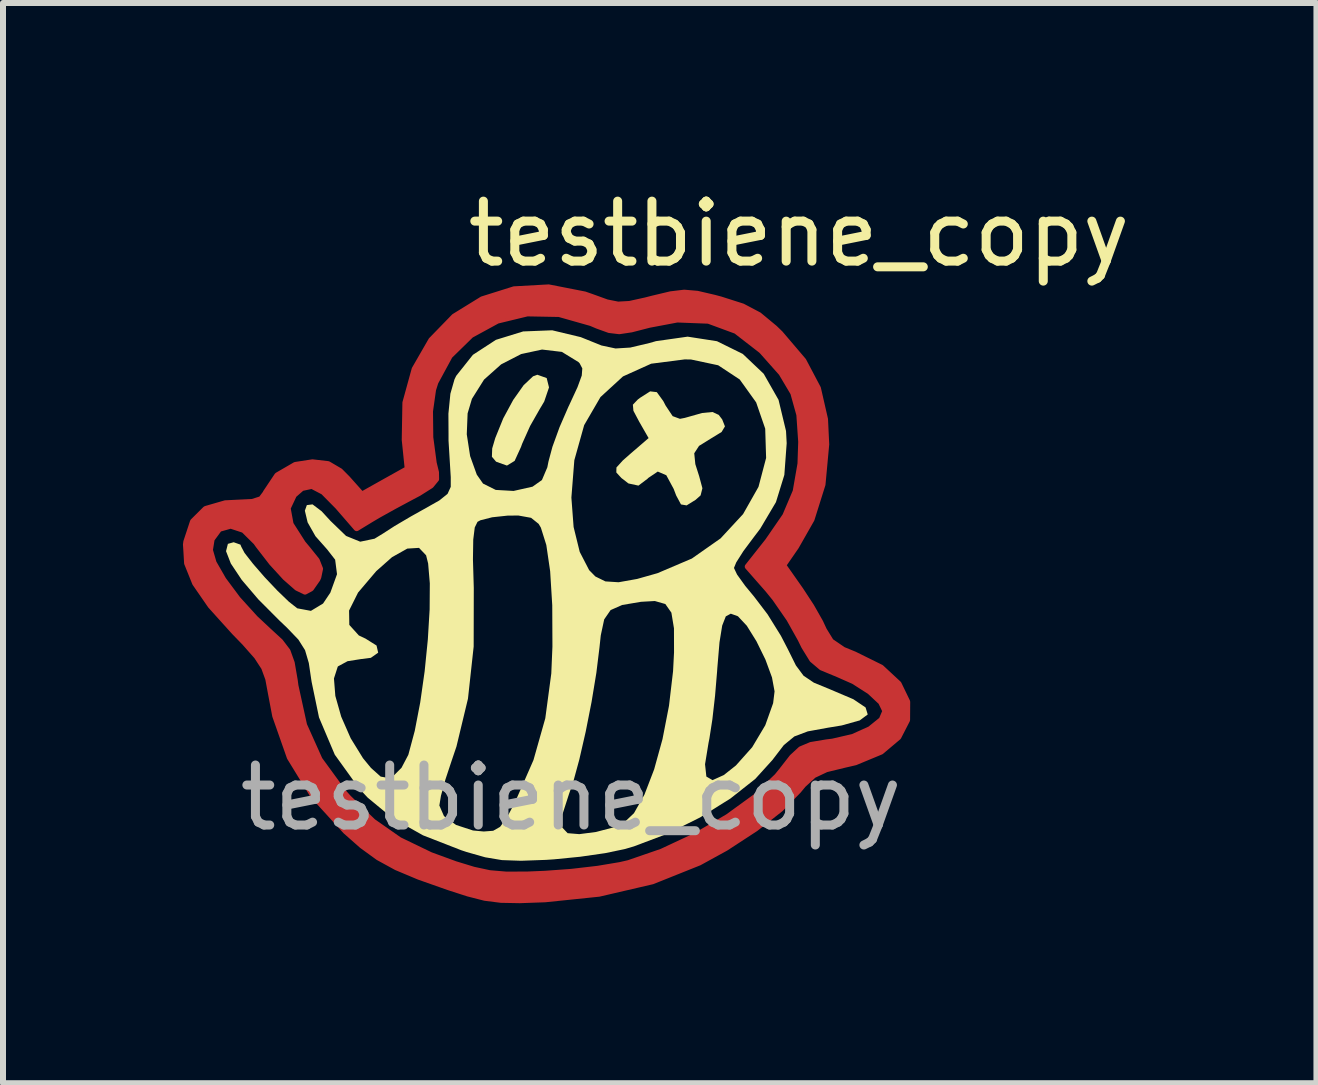
<source format=kicad_pcb>
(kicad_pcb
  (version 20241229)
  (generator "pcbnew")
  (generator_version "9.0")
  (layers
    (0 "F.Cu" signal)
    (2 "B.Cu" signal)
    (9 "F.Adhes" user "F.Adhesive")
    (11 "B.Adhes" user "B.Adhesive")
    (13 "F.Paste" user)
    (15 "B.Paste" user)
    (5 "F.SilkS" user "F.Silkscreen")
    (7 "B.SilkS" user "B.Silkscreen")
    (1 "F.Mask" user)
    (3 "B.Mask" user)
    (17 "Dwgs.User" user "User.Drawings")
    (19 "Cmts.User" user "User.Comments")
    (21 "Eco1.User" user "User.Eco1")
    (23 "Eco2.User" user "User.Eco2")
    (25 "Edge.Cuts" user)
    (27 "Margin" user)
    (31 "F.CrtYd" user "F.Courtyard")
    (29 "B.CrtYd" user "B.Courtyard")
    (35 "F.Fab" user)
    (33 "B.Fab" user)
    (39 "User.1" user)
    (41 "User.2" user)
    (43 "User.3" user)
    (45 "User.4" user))
  (footprint "testbiene_copy"
    (layer "F.Cu")
    (at 6.47 7.748)
    (property "Reference" "testbiene_copy" (at 3.8 -6.9 0) (unlocked yes) (layer "F.SilkS") (effects (font (size 1 1) (thickness 0.15))))
    (attr smd)
    (fp_poly (pts (xy 0.227 -5.889) (xy 0.35 -5.846) (xy 0.596 -5.757) (xy 0.782 -5.72) (xy 0.975 -5.731) (xy 1.242 -5.79) (xy 1.355 -5.819) (xy 1.661 -5.892) (xy 1.886 -5.919) (xy 2.104 -5.9) (xy 2.387 -5.834) (xy 2.495 -5.805) (xy 2.858 -5.689) (xy 3.131 -5.545) (xy 3.393 -5.328) (xy 3.486 -5.238) (xy 3.872 -4.785) (xy 4.115 -4.325) (xy 4.233 -3.81) (xy 4.253 -3.391) (xy 4.191 -2.722) (xy 4.008 -2.14) (xy 3.749 -1.685) (xy 3.535 -1.375) (xy 3.823 -0.965) (xy 4.003 -0.69) (xy 4.153 -0.426) (xy 4.214 -0.295) (xy 4.331 -0.105) (xy 4.536 0.035) (xy 4.724 0.112) (xy 5.167 0.331) (xy 5.459 0.602) (xy 5.603 0.9) (xy 5.601 1.204) (xy 5.455 1.488) (xy 5.167 1.731) (xy 4.738 1.909) (xy 4.565 1.949) (xy 4.253 2.025) (xy 4.043 2.124) (xy 3.869 2.284) (xy 3.789 2.381) (xy 3.492 2.685) (xy 3.075 3.013) (xy 2.577 3.338) (xy 2.136 3.58) (xy 1.355 3.893) (xy 0.465 4.1) (xy -0.433 4.193) (xy -0.855 4.208) (xy -1.17 4.202) (xy -1.438 4.168) (xy -1.719 4.096) (xy -2.041 3.992) (xy -2.537 3.817) (xy -2.913 3.659) (xy -3.214 3.494) (xy -3.485 3.297) (xy -3.758 3.056) (xy -4.302 2.46) (xy -4.689 1.828) (xy -4.932 1.136) (xy -5.004 0.756) (xy -5.048 0.519) (xy -5.117 0.33) (xy -5.239 0.143) (xy -5.441 -0.086) (xy -5.613 -0.263) (xy -6.008 -0.701) (xy -6.267 -1.076) (xy -6.401 -1.409) (xy -6.414 -1.628) (xy -6.021 -1.628) (xy -5.96 -1.417) (xy -5.797 -1.133) (xy -5.558 -0.812) (xy -5.268 -0.492) (xy -5.049 -0.287) (xy -4.848 -0.102) (xy -4.727 0.057) (xy -4.657 0.252) (xy -4.607 0.542) (xy -4.595 0.632) (xy -4.451 1.289) (xy -4.193 1.864) (xy -3.796 2.408) (xy -3.711 2.503) (xy -3.303 2.898) (xy -2.864 3.205) (xy -2.342 3.457) (xy -1.932 3.607) (xy -1.624 3.701) (xy -1.359 3.758) (xy -1.077 3.782) (xy -0.721 3.78) (xy -0.433 3.768) (xy 0.006 3.736) (xy 0.445 3.685) (xy 0.816 3.623) (xy 0.96 3.59) (xy 1.511 3.4) (xy 2.077 3.135) (xy 2.614 2.82) (xy 3.081 2.481) (xy 3.435 2.143) (xy 3.505 2.057) (xy 3.686 1.825) (xy 3.83 1.692) (xy 3.999 1.621) (xy 4.256 1.578) (xy 4.36 1.565) (xy 4.698 1.487) (xy 4.984 1.358) (xy 5.178 1.201) (xy 5.24 1.055) (xy 5.167 0.904) (xy 4.977 0.727) (xy 4.711 0.557) (xy 4.412 0.425) (xy 4.4 0.421) (xy 4.176 0.328) (xy 4.021 0.197) (xy 3.886 -0.022) (xy 3.825 -0.146) (xy 3.638 -0.48) (xy 3.4 -0.824) (xy 3.279 -0.973) (xy 2.945 -1.353) (xy 3.281 -1.778) (xy 3.571 -2.199) (xy 3.744 -2.607) (xy 3.824 -3.067) (xy 3.836 -3.433) (xy 3.805 -3.885) (xy 3.704 -4.248) (xy 3.507 -4.58) (xy 3.189 -4.938) (xy 3.169 -4.958) (xy 2.751 -5.282) (xy 2.29 -5.452) (xy 1.769 -5.472) (xy 1.303 -5.384) (xy 1.004 -5.307) (xy 0.803 -5.277) (xy 0.636 -5.297) (xy 0.439 -5.368) (xy 0.333 -5.413) (xy -0.2 -5.564) (xy -0.73 -5.574) (xy -1.229 -5.453) (xy -1.669 -5.213) (xy -2.023 -4.867) (xy -2.262 -4.426) (xy -2.301 -4.302) (xy -2.352 -3.942) (xy -2.347 -3.506) (xy -2.29 -3.079) (xy -2.252 -2.924) (xy -2.25 -2.812) (xy -2.337 -2.706) (xy -2.541 -2.577) (xy -2.651 -2.519) (xy -2.942 -2.363) (xy -3.21 -2.214) (xy -3.337 -2.139) (xy -3.575 -1.994) (xy -3.888 -2.355) (xy -4.129 -2.599) (xy -4.32 -2.699) (xy -4.489 -2.663) (xy -4.621 -2.548) (xy -4.725 -2.327) (xy -4.676 -2.06) (xy -4.471 -1.739) (xy -4.399 -1.653) (xy -4.24 -1.455) (xy -4.185 -1.316) (xy -4.214 -1.177) (xy -4.229 -1.144) (xy -4.337 -0.989) (xy -4.436 -0.936) (xy -4.568 -1) (xy -4.764 -1.172) (xy -4.989 -1.418) (xy -5.212 -1.706) (xy -5.251 -1.761) (xy -5.456 -1.964) (xy -5.674 -2.036) (xy -5.866 -1.982) (xy -5.992 -1.81) (xy -6.021 -1.628) (xy -6.414 -1.628) (xy -6.42 -1.72) (xy -6.414 -1.767) (xy -6.303 -2.103) (xy -6.092 -2.313) (xy -5.764 -2.408) (xy -5.584 -2.417) (xy -5.314 -2.43) (xy -5.166 -2.477) (xy -5.092 -2.576) (xy -5.088 -2.587) (xy -4.897 -2.873) (xy -4.597 -3.047) (xy -4.312 -3.091) (xy -4.051 -3.061) (xy -3.852 -2.944) (xy -3.73 -2.821) (xy -3.489 -2.551) (xy -3.106 -2.766) (xy -2.723 -2.98) (xy -2.773 -3.466) (xy -2.762 -4.085) (xy -2.608 -4.644) (xy -2.33 -5.127) (xy -1.948 -5.52) (xy -1.481 -5.808) (xy -0.95 -5.975) (xy -0.374 -6.007)) (stroke (width 0.1) (type solid)) (fill no) (layer "F.Cu"))
    (fp_poly (pts (xy 0.096 -5.537) (xy 0.408 -5.44) (xy 0.665 -5.344) (xy 0.865 -5.326) (xy 1.1 -5.378) (xy 1.117 -5.383) (xy 1.661 -5.486) (xy 2.203 -5.474) (xy 2.701 -5.353) (xy 3.115 -5.13) (xy 3.241 -5.02) (xy 3.538 -4.67) (xy 3.722 -4.303) (xy 3.822 -3.856) (xy 3.84 -3.698) (xy 3.834 -3) (xy 3.688 -2.356) (xy 3.408 -1.795) (xy 3.396 -1.777) (xy 3.105 -1.354) (xy 3.403 -0.964) (xy 3.611 -0.657) (xy 3.804 -0.319) (xy 3.876 -0.167) (xy 4.007 0.092) (xy 4.157 0.249) (xy 4.389 0.364) (xy 4.446 0.386) (xy 4.814 0.534) (xy 5.047 0.665) (xy 5.172 0.804) (xy 5.22 0.977) (xy 5.223 1.061) (xy 5.198 1.266) (xy 5.102 1.403) (xy 4.904 1.494) (xy 4.574 1.562) (xy 4.503 1.572) (xy 4.168 1.633) (xy 3.943 1.717) (xy 3.769 1.861) (xy 3.588 2.096) (xy 3.581 2.107) (xy 3.292 2.426) (xy 2.877 2.754) (xy 2.374 3.067) (xy 1.823 3.342) (xy 1.264 3.554) (xy 1.112 3.599) (xy 0.819 3.658) (xy 0.411 3.741) (xy -0.054 3.755) (xy -0.45 3.777) (xy -0.913 3.792) (xy -1.256 3.79) (xy -1.524 3.768) (xy -1.765 3.721) (xy -2.027 3.644) (xy -2.118 3.614) (xy -2.754 3.366) (xy -3.261 3.082) (xy -3.676 2.738) (xy -3.82 2.584) (xy -4.225 2.021) (xy -4.488 1.401) (xy -4.611 0.809) (xy -4.658 0.494) (xy -4.721 0.279) (xy -4.832 0.103) (xy -5.023 -0.097) (xy -5.141 -0.208) (xy -5.525 -0.588) (xy -5.789 -0.901) (xy -5.949 -1.177) (xy -6.025 -1.445) (xy -6.038 -1.634) (xy -6.038 -2.029) (xy -5.657 -2.029) (xy -5.429 -2.014) (xy -5.293 -1.976) (xy -5.276 -1.953) (xy -5.222 -1.853) (xy -5.086 -1.677) (xy -4.903 -1.465) (xy -4.71 -1.256) (xy -4.543 -1.093) (xy -4.439 -1.015) (xy -4.43 -1.013) (xy -4.327 -1.075) (xy -4.317 -1.229) (xy -4.394 -1.427) (xy -4.471 -1.535) (xy -4.69 -1.88) (xy -4.763 -2.241) (xy -4.753 -2.421) (xy -4.714 -2.582) (xy -4.61 -2.659) (xy -4.4 -2.69) (xy -4.188 -2.69) (xy -4.028 -2.625) (xy -3.856 -2.462) (xy -3.796 -2.394) (xy -3.626 -2.207) (xy -3.518 -2.133) (xy -3.429 -2.154) (xy -3.359 -2.209) (xy -3.194 -2.326) (xy -2.944 -2.473) (xy -2.783 -2.558) (xy -2.364 -2.768) (xy -2.459 -3.65) (xy -2.442 -4.167) (xy -2.289 -4.548) (xy -2.183 -4.836) (xy -2.013 -5.065) (xy -1.763 -5.269) (xy -1.702 -5.31) (xy -1.337 -5.474) (xy -0.875 -5.568) (xy -0.377 -5.591)) (stroke (width 0) (type solid)) (fill yes) (layer "F.Mask"))
    (fp_poly (pts (xy -0.407 -4.496) (xy -0.368 -4.34) (xy -0.448 -4.104) (xy -0.522 -3.98) (xy -0.683 -3.697) (xy -0.816 -3.4) (xy -0.835 -3.347) (xy -0.941 -3.115) (xy -1.069 -3.037) (xy -1.244 -3.099) (xy -1.253 -3.105) (xy -1.32 -3.184) (xy -1.315 -3.323) (xy -1.264 -3.496) (xy -1.131 -3.824) (xy -0.965 -4.131) (xy -0.791 -4.377) (xy -0.634 -4.525) (xy -0.563 -4.551)) (stroke (width 0) (type solid)) (fill yes) (layer "F.SilkS"))
    (fp_poly (pts (xy 1.429 -4.261) (xy 1.537 -4.112) (xy 1.576 -4.037) (xy 1.693 -3.861) (xy 1.815 -3.816) (xy 1.896 -3.832) (xy 2.183 -3.913) (xy 2.356 -3.93) (xy 2.461 -3.882) (xy 2.519 -3.806) (xy 2.565 -3.69) (xy 2.509 -3.597) (xy 2.328 -3.486) (xy 2.133 -3.365) (xy 2.053 -3.242) (xy 2.071 -3.061) (xy 2.135 -2.86) (xy 2.189 -2.659) (xy 2.159 -2.54) (xy 2.076 -2.466) (xy 1.926 -2.373) (xy 1.832 -2.389) (xy 1.752 -2.538) (xy 1.71 -2.648) (xy 1.587 -2.876) (xy 1.445 -2.937) (xy 1.286 -2.83) (xy 1.275 -2.818) (xy 1.123 -2.703) (xy 0.956 -2.739) (xy 0.838 -2.83) (xy 0.754 -2.922) (xy 0.756 -3.005) (xy 0.863 -3.123) (xy 0.988 -3.233) (xy 1.292 -3.495) (xy 1.136 -3.767) (xy 1.039 -3.95) (xy 1.03 -4.052) (xy 1.112 -4.138) (xy 1.149 -4.166) (xy 1.318 -4.274)) (stroke (width 0) (type solid)) (fill yes) (layer "F.SilkS"))
    (fp_poly (pts (xy 0.161 -5.178) (xy 0.216 -5.156) (xy 0.506 -5.039) (xy 0.741 -4.989) (xy 0.986 -5.004) (xy 1.307 -5.08) (xy 1.415 -5.111) (xy 1.943 -5.186) (xy 2.432 -5.11) (xy 2.862 -4.898) (xy 3.211 -4.567) (xy 3.458 -4.133) (xy 3.583 -3.613) (xy 3.594 -3.41) (xy 3.555 -2.881) (xy 3.415 -2.427) (xy 3.153 -1.985) (xy 3.047 -1.845) (xy 2.873 -1.612) (xy 2.753 -1.423) (xy 2.715 -1.33) (xy 2.767 -1.22) (xy 2.903 -1.031) (xy 3.048 -0.856) (xy 3.275 -0.558) (xy 3.498 -0.199) (xy 3.611 0.019) (xy 3.748 0.295) (xy 3.875 0.466) (xy 4.047 0.582) (xy 4.317 0.693) (xy 4.333 0.7) (xy 4.705 0.858) (xy 4.909 0.995) (xy 4.945 1.112) (xy 4.812 1.211) (xy 4.512 1.295) (xy 4.281 1.333) (xy 3.946 1.394) (xy 3.721 1.479) (xy 3.547 1.622) (xy 3.366 1.858) (xy 3.359 1.868) (xy 3.07 2.187) (xy 2.654 2.515) (xy 2.152 2.828) (xy 1.604 3.101) (xy 1.048 3.311) (xy 0.89 3.357) (xy 0.568 3.424) (xy 0.151 3.484) (xy -0.285 3.527) (xy -0.418 3.536) (xy -0.836 3.551) (xy -1.152 3.54) (xy -1.432 3.493) (xy -1.742 3.405) (xy -1.832 3.375) (xy -2.468 3.127) (xy -2.974 2.843) (xy -3.232 2.63) (xy -2.196 2.63) (xy -2.119 2.806) (xy -1.917 2.954) (xy -1.636 3.046) (xy -1.456 3.063) (xy -1.299 3.051) (xy -1.184 2.986) (xy -1.072 2.834) (xy -1.043 2.78) (xy -0.145 2.78) (xy -0.144 3) (xy -0.058 3.091) (xy 0.137 3.107) (xy 0.415 3.071) (xy 0.704 2.995) (xy 0.867 2.929) (xy 1.048 2.758) (xy 1.223 2.448) (xy 1.385 2.026) (xy 1.408 1.942) (xy 2.233 1.942) (xy 2.255 2.147) (xy 2.358 2.207) (xy 2.546 2.122) (xy 2.748 1.962) (xy 3.019 1.658) (xy 3.237 1.292) (xy 3.368 0.924) (xy 3.392 0.727) (xy 3.349 0.495) (xy 3.24 0.198) (xy 3.09 -0.108) (xy 2.929 -0.367) (xy 2.784 -0.522) (xy 2.776 -0.527) (xy 2.662 -0.568) (xy 2.579 -0.523) (xy 2.519 -0.37) (xy 2.474 -0.091) (xy 2.438 0.335) (xy 2.434 0.394) (xy 2.4 0.8) (xy 2.355 1.195) (xy 2.306 1.511) (xy 2.291 1.587) (xy 2.233 1.942) (xy 1.408 1.942) (xy 1.524 1.523) (xy 1.632 0.968) (xy 1.7 0.39) (xy 1.716 0.079) (xy 1.715 -0.324) (xy 1.672 -0.585) (xy 1.571 -0.729) (xy 1.396 -0.779) (xy 1.166 -0.766) (xy 0.852 -0.713) (xy 0.659 -0.628) (xy 0.552 -0.473) (xy 0.495 -0.207) (xy 0.473 -0.003) (xy 0.421 0.42) (xy 0.341 0.905) (xy 0.243 1.402) (xy 0.137 1.864) (xy 0.034 2.242) (xy -0.037 2.445) (xy -0.145 2.78) (xy -1.043 2.78) (xy -0.937 2.58) (xy -0.627 1.872) (xy -0.43 1.176) (xy -0.33 0.429) (xy -0.311 -0.021) (xy -0.314 -0.707) (xy -0.349 -1.276) (xy -0.413 -1.713) (xy -0.504 -2.003) (xy -0.541 -2.065) (xy -0.667 -2.166) (xy -0.877 -2.204) (xy -1.055 -2.203) (xy -1.316 -2.175) (xy -1.512 -2.125) (xy -1.56 -2.099) (xy -1.606 -2.005) (xy -1.631 -1.803) (xy -1.636 -1.473) (xy -1.622 -0.997) (xy -1.624 -0.02) (xy -1.719 0.849) (xy -1.911 1.647) (xy -1.994 1.892) (xy -2.096 2.2) (xy -2.169 2.466) (xy -2.196 2.63) (xy -3.232 2.63) (xy -3.39 2.499) (xy -3.534 2.345) (xy -3.939 1.783) (xy -4.202 1.162) (xy -4.325 0.57) (xy -4.334 0.512) (xy -3.953 0.512) (xy -3.93 0.803) (xy -3.832 1.149) (xy -3.674 1.509) (xy -3.469 1.841) (xy -3.336 2.003) (xy -3.174 2.148) (xy -3.044 2.171) (xy -2.965 2.139) (xy -2.827 2.001) (xy -2.714 1.786) (xy -2.71 1.773) (xy -2.606 1.385) (xy -2.515 0.912) (xy -2.441 0.391) (xy -2.388 -0.138) (xy -2.358 -0.639) (xy -2.355 -1.074) (xy -2.383 -1.404) (xy -2.417 -1.541) (xy -2.535 -1.665) (xy -2.73 -1.653) (xy -2.985 -1.51) (xy -3.248 -1.277) (xy -3.551 -0.92) (xy -3.701 -0.62) (xy -3.697 -0.381) (xy -3.538 -0.205) (xy -3.426 -0.152) (xy -3.243 -0.037) (xy -3.216 0.082) (xy -3.338 0.168) (xy -3.498 0.188) (xy -3.726 0.224) (xy -3.885 0.31) (xy -3.89 0.316) (xy -3.953 0.512) (xy -4.334 0.512) (xy -4.372 0.255) (xy -4.435 0.04) (xy -4.546 -0.136) (xy -4.737 -0.335) (xy -4.855 -0.447) (xy -5.214 -0.807) (xy -5.49 -1.131) (xy -5.672 -1.404) (xy -5.752 -1.61) (xy -5.721 -1.732) (xy -5.625 -1.759) (xy -5.512 -1.719) (xy -5.498 -1.684) (xy -5.443 -1.58) (xy -5.3 -1.397) (xy -5.107 -1.175) (xy -4.896 -0.952) (xy -4.705 -0.768) (xy -4.568 -0.66) (xy -4.563 -0.657) (xy -4.337 -0.615) (xy -4.135 -0.737) (xy -4.013 -0.919) (xy -3.902 -1.226) (xy -3.933 -1.468) (xy -4.067 -1.64) (xy -4.261 -1.859) (xy -4.392 -2.09) (xy -4.438 -2.285) (xy -4.405 -2.378) (xy -4.31 -2.39) (xy -4.159 -2.276) (xy -4.01 -2.114) (xy -3.751 -1.864) (xy -3.515 -1.768) (xy -3.276 -1.818) (xy -3.129 -1.908) (xy -2.942 -2.029) (xy -2.672 -2.188) (xy -2.454 -2.31) (xy -2.197 -2.455) (xy -2.137 -2.503) (xy 0.005 -2.503) (xy 0.042 -2.013) (xy 0.144 -1.598) (xy 0.301 -1.294) (xy 0.405 -1.188) (xy 0.572 -1.106) (xy 0.792 -1.092) (xy 1.101 -1.147) (xy 1.44 -1.243) (xy 2.013 -1.487) (xy 2.492 -1.823) (xy 2.867 -2.228) (xy 3.124 -2.682) (xy 3.251 -3.164) (xy 3.236 -3.652) (xy 3.085 -4.09) (xy 2.811 -4.472) (xy 2.452 -4.709) (xy 2 -4.805) (xy 1.895 -4.807) (xy 1.335 -4.735) (xy 0.865 -4.523) (xy 0.49 -4.179) (xy 0.218 -3.711) (xy 0.054 -3.126) (xy 0.005 -2.503) (xy -2.137 -2.503) (xy -2.059 -2.566) (xy -2.006 -2.682) (xy -2.006 -2.845) (xy -2.007 -2.86) (xy -2.043 -3.452) (xy -2.043 -3.558) (xy -1.739 -3.558) (xy -1.683 -3.195) (xy -1.572 -2.886) (xy -1.468 -2.737) (xy -1.256 -2.631) (xy -0.959 -2.614) (xy -0.643 -2.685) (xy -0.486 -2.796) (xy -0.396 -3.008) (xy -0.377 -3.104) (xy -0.311 -3.35) (xy -0.192 -3.678) (xy -0.044 -4.019) (xy -0.034 -4.039) (xy 0.107 -4.344) (xy 0.178 -4.538) (xy 0.187 -4.657) (xy 0.143 -4.741) (xy 0.122 -4.763) (xy -0.154 -4.932) (xy -0.484 -4.971) (xy -0.832 -4.896) (xy -1.166 -4.724) (xy -1.451 -4.47) (xy -1.653 -4.149) (xy -1.725 -3.907) (xy -1.739 -3.558) (xy -2.043 -3.558) (xy -2.045 -3.902) (xy -2.012 -4.235) (xy -1.943 -4.476) (xy -1.915 -4.533) (xy -1.637 -4.883) (xy -1.253 -5.133) (xy -0.799 -5.273) (xy -0.315 -5.292)) (stroke (width 0) (type solid)) (fill yes) (layer "F.SilkS"))
    (fp_text user "${REFERENCE}" (at 0 2.5 0) (unlocked yes) (layer "F.Fab") (effects (font (size 1 1) (thickness 0.15))))
    (pad "1" smd custom (at -5.09 -2.14 180) (size 0.456 0.456) (layers "F.Cu" "F.Mask" "F.Paste") (options (anchor circle)) (primitives (gr_poly (pts (xy -0.276 -0.114) (xy -0.267 -0.158) (xy -0.242 -0.195) (xy -0.205 -0.219) (xy -0.162 -0.228) (xy 0.162 -0.228) (xy 0.205 -0.219) (xy 0.242 -0.195) (xy 0.267 -0.158) (xy 0.276 -0.114) (xy 0.276 0.114) (xy 0.267 0.158) (xy 0.242 0.195) (xy 0.205 0.219) (xy 0.162 0.228) (xy -0.162 0.228) (xy -0.205 0.219) (xy -0.242 0.195) (xy -0.267 0.158) (xy -0.276 0.114)) (width 0) (fill yes)) (gr_poly (pts (xy -5.317 3.749) (xy -5.44 3.706) (xy -5.686 3.617) (xy -5.872 3.58) (xy -6.065 3.591) (xy -6.332 3.65) (xy -6.445 3.679) (xy -6.751 3.752) (xy -6.976 3.779) (xy -7.194 3.76) (xy -7.477 3.694) (xy -7.585 3.665) (xy -7.948 3.549) (xy -8.221 3.405) (xy -8.483 3.188) (xy -8.576 3.098) (xy -8.962 2.645) (xy -9.205 2.185) (xy -9.323 1.67) (xy -9.343 1.251) (xy -9.281 0.582) (xy -9.098 -0.000221) (xy -8.839 -0.455) (xy -8.625 -0.765) (xy -8.913 -1.175) (xy -9.093 -1.45) (xy -9.243 -1.714) (xy -9.304 -1.845) (xy -9.421 -2.035) (xy -9.626 -2.175) (xy -9.814 -2.252) (xy -10.257 -2.471) (xy -10.549 -2.742) (xy -10.693 -3.04) (xy -10.691 -3.344) (xy -10.545 -3.628) (xy -10.257 -3.871) (xy -9.828 -4.049) (xy -9.655 -4.089) (xy -9.343 -4.165) (xy -9.133 -4.264) (xy -8.959 -4.424) (xy -8.879 -4.521) (xy -8.582 -4.825) (xy -8.165 -5.153) (xy -7.667 -5.478) (xy -7.226 -5.72) (xy -6.445 -6.033) (xy -5.555 -6.24) (xy -4.657 -6.333) (xy -4.235 -6.348) (xy -3.92 -6.342) (xy -3.652 -6.308) (xy -3.371 -6.236) (xy -3.049 -6.132) (xy -2.553 -5.957) (xy -2.177 -5.799) (xy -1.876 -5.634) (xy -1.605 -5.437) (xy -1.332 -5.196) (xy -0.788 -4.6) (xy -0.401 -3.968) (xy -0.158 -3.276) (xy -0.086 -2.896) (xy -0.042 -2.659) (xy 0.027 -2.47) (xy 0.149 -2.283) (xy 0.351 -2.054) (xy 0.523 -1.877) (xy 0.918 -1.439) (xy 1.177 -1.064) (xy 1.311 -0.731) (xy 1.324 -0.512) (xy 0.931 -0.512) (xy 0.87 -0.723) (xy 0.707 -1.007) (xy 0.468 -1.328) (xy 0.178 -1.648) (xy -0.041 -1.853) (xy -0.242 -2.038) (xy -0.363 -2.197) (xy -0.433 -2.392) (xy -0.483 -2.682) (xy -0.495 -2.772) (xy -0.639 -3.429) (xy -0.897 -4.004) (xy -1.294 -4.548) (xy -1.379 -4.643) (xy -1.787 -5.038) (xy -2.226 -5.345) (xy -2.748 -5.597) (xy -3.158 -5.747) (xy -3.466 -5.841) (xy -3.731 -5.898) (xy -4.013 -5.922) (xy -4.369 -5.92) (xy -4.657 -5.908) (xy -5.096 -5.876) (xy -5.535 -5.825) (xy -5.906 -5.763) (xy -6.05 -5.73) (xy -6.601 -5.54) (xy -7.167 -5.275) (xy -7.704 -4.96) (xy -8.171 -4.621) (xy -8.525 -4.283) (xy -8.595 -4.197) (xy -8.776 -3.965) (xy -8.92 -3.832) (xy -9.089 -3.761) (xy -9.346 -3.718) (xy -9.45 -3.705) (xy -9.788 -3.627) (xy -10.074 -3.498) (xy -10.268 -3.341) (xy -10.33 -3.195) (xy -10.257 -3.044) (xy -10.067 -2.867) (xy -9.801 -2.697) (xy -9.502 -2.565) (xy -9.49 -2.561) (xy -9.266 -2.468) (xy -9.111 -2.337) (xy -8.976 -2.118) (xy -8.915 -1.994) (xy -8.728 -1.66) (xy -8.49 -1.316) (xy -8.369 -1.167) (xy -8.035 -0.787) (xy -8.371 -0.362) (xy -8.661 0.059) (xy -8.834 0.467) (xy -8.914 0.927) (xy -8.926 1.293) (xy -8.895 1.745) (xy -8.794 2.108) (xy -8.597 2.44) (xy -8.279 2.798) (xy -8.259 2.818) (xy -7.841 3.142) (xy -7.38 3.312) (xy -6.859 3.332) (xy -6.393 3.244) (xy -6.094 3.167) (xy -5.893 3.137) (xy -5.726 3.157) (xy -5.529 3.228) (xy -5.423 3.273) (xy -4.89 3.424) (xy -4.36 3.434) (xy -3.861 3.313) (xy -3.421 3.073) (xy -3.067 2.727) (xy -2.828 2.286) (xy -2.789 2.162) (xy -2.738 1.802) (xy -2.743 1.366) (xy -2.8 0.939) (xy -2.838 0.784) (xy -2.84 0.672) (xy -2.753 0.566) (xy -2.549 0.437) (xy -2.439 0.379) (xy -2.148 0.223) (xy -1.88 0.074) (xy -1.753 -0.001) (xy -1.515 -0.146) (xy -1.202 0.215) (xy -0.961 0.459) (xy -0.77 0.559) (xy -0.601 0.523) (xy -0.469 0.408) (xy -0.365 0.187) (xy -0.414 -0.08) (xy -0.619 -0.401) (xy -0.691 -0.487) (xy -0.85 -0.685) (xy -0.905 -0.824) (xy -0.876 -0.963) (xy -0.861 -0.996) (xy -0.753 -1.151) (xy -0.654 -1.204) (xy -0.522 -1.14) (xy -0.326 -0.968) (xy -0.101 -0.722) (xy 0.122 -0.434) (xy 0.161 -0.379) (xy 0.366 -0.176) (xy 0.584 -0.104) (xy 0.776 -0.158) (xy 0.902 -0.33) (xy 0.931 -0.512) (xy 1.324 -0.512) (xy 1.33 -0.42) (xy 1.324 -0.373) (xy 1.213 -0.037) (xy 1.002 0.173) (xy 0.674 0.268) (xy 0.494 0.277) (xy 0.224 0.29) (xy 0.076 0.337) (xy 0.002 0.436) (xy -0.002 0.447) (xy -0.193 0.733) (xy -0.493 0.907) (xy -0.778 0.951) (xy -1.039 0.921) (xy -1.238 0.804) (xy -1.36 0.681) (xy -1.601 0.411) (xy -1.984 0.626) (xy -2.367 0.84) (xy -2.317 1.326) (xy -2.328 1.945) (xy -2.482 2.504) (xy -2.76 2.987) (xy -3.142 3.38) (xy -3.609 3.668) (xy -4.14 3.835) (xy -4.716 3.867)) (width 0) (fill yes)))))
  (gr_rect
    (start -3 -3)
    (end 18.895 15.007)
    (stroke (width 0.1) (type default))
    (fill no)
    (layer "Edge.Cuts")))
</source>
